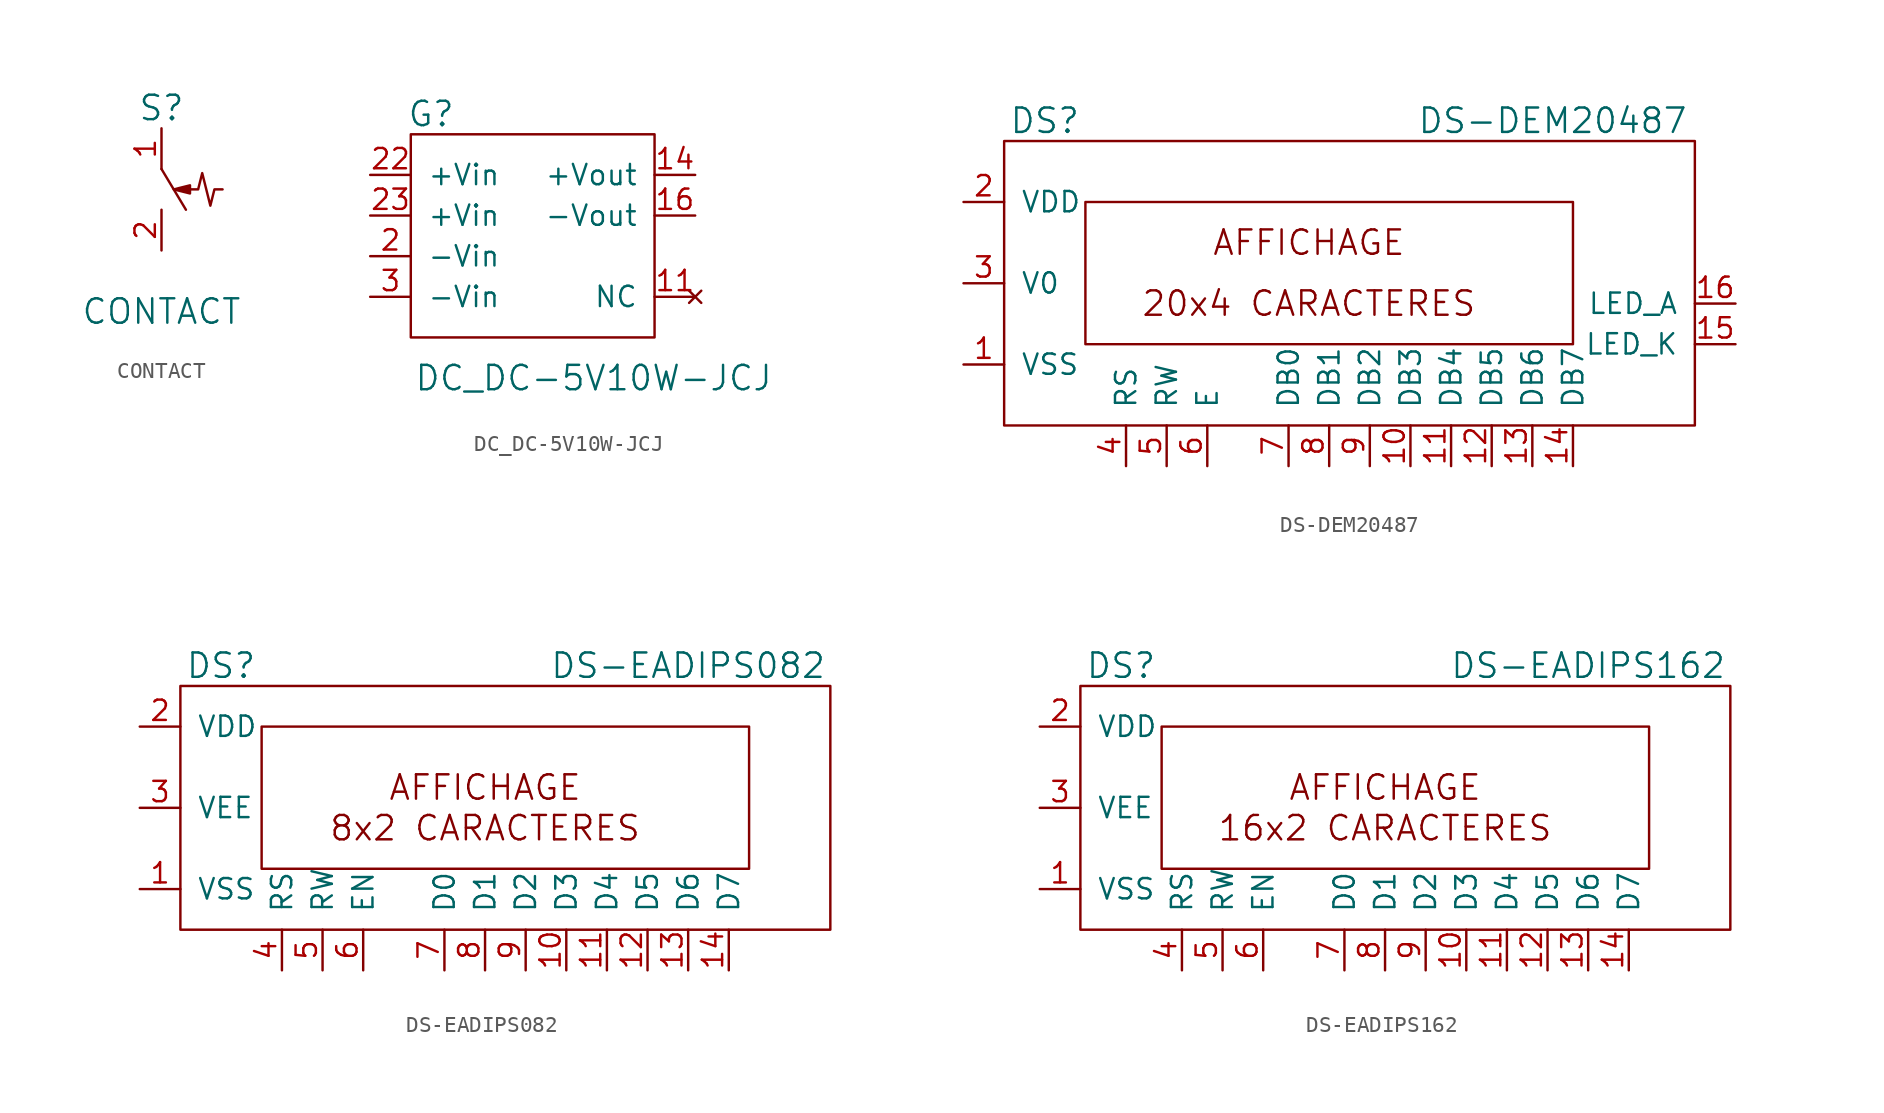
<source format=kicad_sym>
(kicad_symbol_lib
  (version 20211014)
  (generator kicad_symbol_editor)
  (symbol "CONTACT"
    (pin_names
      (offset 0) hide)
    (property "Reference" "S"
      (at 0 5.08 0)
      (effects (font (size 1.524 1.524))))
    (property "Value" "CONTACT"
      (at 0 -7.62 0)
      (effects (font (size 1.524 1.524))))
    (property "Footprint" ""
      (at 0 0 0)
      (effects (font (size 1.524 1.524))))
    (property "Datasheet" ""
      (at 0 0 0)
      (effects (font (size 1.524 1.524))))
    (symbol "CONTACT_0_1"
      (polyline (pts (xy 0 1.27) (xy 1.524 -1.27)) (stroke (width 0) (type default) (color 0 0 0 0)) (fill (type none)))
      (polyline (pts (xy 0.762 0) (xy 1.778 0.254) (xy 1.778 -0.254) (xy 0.762 0)) (stroke (width 0) (type default) (color 0 0 0 0)) (fill (type outline)))
      (polyline (pts (xy 1.778 0) (xy 2.286 0) (xy 2.54 1.016) (xy 3.048 -1.016) (xy 3.302 0) (xy 3.81 0)) (stroke (width 0) (type default) (color 0 0 0 0)) (fill (type none))))
    (symbol "CONTACT_1_1"
      (pin input line (at 0 3.81 270) (length 2.54) (name "1" (effects (font (size 1.27 1.27)))) (number "1" (effects (font (size 1.27 1.27)))))
      (pin input line (at 0 -3.81 90) (length 2.54) (name "2" (effects (font (size 1.27 1.27)))) (number "2" (effects (font (size 1.27 1.27)))))))
  (symbol "DC_DC-5V10W-JCJ"
    (pin_names
      (offset 1.016))
    (property "Reference" "G"
      (at -6.35 7.62 0)
      (effects (font (size 1.524 1.524))))
    (property "Value" "DC_DC-5V10W-JCJ"
      (at 3.81 -8.89 0)
      (effects (font (size 1.524 1.524))))
    (property "Footprint" ""
      (at 0 0 0)
      (effects (font (size 1.524 1.524))))
    (property "Datasheet" ""
      (at 0 0 0)
      (effects (font (size 1.524 1.524))))
    (symbol "DC_DC-5V10W-JCJ_0_1"
      (rectangle (start -7.62 6.35) (end 7.62 -6.35) (stroke (width 0) (type default) (color 0 0 0 0)) (fill (type none))))
    (symbol "DC_DC-5V10W-JCJ_1_1"
      (pin no_connect line (at 10.16 -3.81 180) (length 2.54) (name "NC" (effects (font (size 1.27 1.27)))) (number "11" (effects (font (size 1.27 1.27)))))
      (pin power_out line (at 10.16 3.81 180) (length 2.54) (name "+Vout" (effects (font (size 1.27 1.27)))) (number "14" (effects (font (size 1.27 1.27)))))
      (pin power_out line (at 10.16 1.27 180) (length 2.54) (name "-Vout" (effects (font (size 1.27 1.27)))) (number "16" (effects (font (size 1.27 1.27)))))
      (pin power_in line (at -10.16 -1.27 0) (length 2.54) (name "-Vin" (effects (font (size 1.27 1.27)))) (number "2" (effects (font (size 1.27 1.27)))))
      (pin power_in line (at -10.16 3.81 0) (length 2.54) (name "+Vin" (effects (font (size 1.27 1.27)))) (number "22" (effects (font (size 1.27 1.27)))))
      (pin power_in line (at -10.16 1.27 0) (length 2.54) (name "+Vin" (effects (font (size 1.27 1.27)))) (number "23" (effects (font (size 1.27 1.27)))))
      (pin power_in line (at -10.16 -3.81 0) (length 2.54) (name "-Vin" (effects (font (size 1.27 1.27)))) (number "3" (effects (font (size 1.27 1.27)))))
      (pin no_connect line (at 7.62 -1.27 180) (length 0) hide (name "NoPin" (effects (font (size 1.27 1.27)))) (number "9" (effects (font (size 1.27 1.27)))))))
  (symbol "DS-DEM20487"
    (pin_names
      (offset 1.016))
    (property "Reference" "DS"
      (at -19.05 10.16 0)
      (effects (font (size 1.524 1.524))))
    (property "Value" "DS-DEM20487"
      (at 12.7 10.16 0)
      (effects (font (size 1.524 1.524))))
    (property "Footprint" ""
      (at 0 0 0)
      (effects (font (size 1.524 1.524))))
    (property "Datasheet" ""
      (at 0 0 0)
      (effects (font (size 1.524 1.524))))
    (symbol "DS-DEM20487_0_0"
      (text "20x4 CARACTERES" (at -2.54 -1.27 0) (effects (font (size 1.524 1.524))))
      (text "AFFICHAGE" (at -2.54 2.54 0) (effects (font (size 1.524 1.524)))))
    (symbol "DS-DEM20487_0_1"
      (rectangle (start -21.59 8.89) (end 21.59 -8.89) (stroke (width 0) (type default) (color 0 0 0 0)) (fill (type none)))
      (rectangle (start -16.51 5.08) (end 13.97 -3.81) (stroke (width 0) (type default) (color 0 0 0 0)) (fill (type none))))
    (symbol "DS-DEM20487_1_1"
      (pin passive line (at -24.13 -5.08 0) (length 2.54) (name "VSS" (effects (font (size 1.27 1.27)))) (number "1" (effects (font (size 1.27 1.27)))))
      (pin bidirectional line (at 3.81 -11.43 90) (length 2.54) (name "DB3" (effects (font (size 1.27 1.27)))) (number "10" (effects (font (size 1.27 1.27)))))
      (pin bidirectional line (at 6.35 -11.43 90) (length 2.54) (name "DB4" (effects (font (size 1.27 1.27)))) (number "11" (effects (font (size 1.27 1.27)))))
      (pin bidirectional line (at 8.89 -11.43 90) (length 2.54) (name "DB5" (effects (font (size 1.27 1.27)))) (number "12" (effects (font (size 1.27 1.27)))))
      (pin bidirectional line (at 11.43 -11.43 90) (length 2.54) (name "DB6" (effects (font (size 1.27 1.27)))) (number "13" (effects (font (size 1.27 1.27)))))
      (pin bidirectional line (at 13.97 -11.43 90) (length 2.54) (name "DB7" (effects (font (size 1.27 1.27)))) (number "14" (effects (font (size 1.27 1.27)))))
      (pin passive line (at 24.13 -3.81 180) (length 2.54) (name "LED_K" (effects (font (size 1.27 1.27)))) (number "15" (effects (font (size 1.27 1.27)))))
      (pin passive line (at 24.13 -1.27 180) (length 2.54) (name "LED_A" (effects (font (size 1.27 1.27)))) (number "16" (effects (font (size 1.27 1.27)))))
      (pin power_in line (at -24.13 5.08 0) (length 2.54) (name "VDD" (effects (font (size 1.27 1.27)))) (number "2" (effects (font (size 1.27 1.27)))))
      (pin passive line (at -24.13 0 0) (length 2.54) (name "V0" (effects (font (size 1.27 1.27)))) (number "3" (effects (font (size 1.27 1.27)))))
      (pin input line (at -13.97 -11.43 90) (length 2.54) (name "RS" (effects (font (size 1.27 1.27)))) (number "4" (effects (font (size 1.27 1.27)))))
      (pin input line (at -11.43 -11.43 90) (length 2.54) (name "RW" (effects (font (size 1.27 1.27)))) (number "5" (effects (font (size 1.27 1.27)))))
      (pin input line (at -8.89 -11.43 90) (length 2.54) (name "E" (effects (font (size 1.27 1.27)))) (number "6" (effects (font (size 1.27 1.27)))))
      (pin bidirectional line (at -3.81 -11.43 90) (length 2.54) (name "DB0" (effects (font (size 1.27 1.27)))) (number "7" (effects (font (size 1.27 1.27)))))
      (pin bidirectional line (at -1.27 -11.43 90) (length 2.54) (name "DB1" (effects (font (size 1.27 1.27)))) (number "8" (effects (font (size 1.27 1.27)))))
      (pin bidirectional line (at 1.27 -11.43 90) (length 2.54) (name "DB2" (effects (font (size 1.27 1.27)))) (number "9" (effects (font (size 1.27 1.27)))))))
  (symbol "DS-EADIPS082"
    (pin_names
      (offset 1.016))
    (property "Reference" "DS"
      (at -17.78 10.16 0)
      (effects (font (size 1.524 1.524))))
    (property "Value" "DS-EADIPS082"
      (at 11.43 10.16 0)
      (effects (font (size 1.524 1.524))))
    (property "Footprint" ""
      (at 0 0 0)
      (effects (font (size 1.524 1.524))))
    (property "Datasheet" ""
      (at 0 0 0)
      (effects (font (size 1.524 1.524))))
    (symbol "DS-EADIPS082_0_0"
      (text "8x2 CARACTERES" (at -1.27 0 0) (effects (font (size 1.524 1.524))))
      (text "AFFICHAGE" (at -1.27 2.54 0) (effects (font (size 1.524 1.524)))))
    (symbol "DS-EADIPS082_0_1"
      (rectangle (start -20.32 8.89) (end 20.32 -6.35) (stroke (width 0) (type default) (color 0 0 0 0)) (fill (type none)))
      (rectangle (start -15.24 6.35) (end 15.24 -2.54) (stroke (width 0) (type default) (color 0 0 0 0)) (fill (type none))))
    (symbol "DS-EADIPS082_1_1"
      (pin power_in line (at -22.86 -3.81 0) (length 2.54) (name "VSS" (effects (font (size 1.27 1.27)))) (number "1" (effects (font (size 1.27 1.27)))))
      (pin bidirectional line (at 3.81 -8.89 90) (length 2.54) (name "D3" (effects (font (size 1.27 1.27)))) (number "10" (effects (font (size 1.27 1.27)))))
      (pin bidirectional line (at 6.35 -8.89 90) (length 2.54) (name "D4" (effects (font (size 1.27 1.27)))) (number "11" (effects (font (size 1.27 1.27)))))
      (pin bidirectional line (at 8.89 -8.89 90) (length 2.54) (name "D5" (effects (font (size 1.27 1.27)))) (number "12" (effects (font (size 1.27 1.27)))))
      (pin bidirectional line (at 11.43 -8.89 90) (length 2.54) (name "D6" (effects (font (size 1.27 1.27)))) (number "13" (effects (font (size 1.27 1.27)))))
      (pin bidirectional line (at 13.97 -8.89 90) (length 2.54) (name "D7" (effects (font (size 1.27 1.27)))) (number "14" (effects (font (size 1.27 1.27)))))
      (pin power_in line (at -22.86 6.35 0) (length 2.54) (name "VDD" (effects (font (size 1.27 1.27)))) (number "2" (effects (font (size 1.27 1.27)))))
      (pin passive line (at -22.86 1.27 0) (length 2.54) (name "VEE" (effects (font (size 1.27 1.27)))) (number "3" (effects (font (size 1.27 1.27)))))
      (pin input line (at -13.97 -8.89 90) (length 2.54) (name "RS" (effects (font (size 1.27 1.27)))) (number "4" (effects (font (size 1.27 1.27)))))
      (pin input line (at -11.43 -8.89 90) (length 2.54) (name "RW" (effects (font (size 1.27 1.27)))) (number "5" (effects (font (size 1.27 1.27)))))
      (pin input line (at -8.89 -8.89 90) (length 2.54) (name "EN" (effects (font (size 1.27 1.27)))) (number "6" (effects (font (size 1.27 1.27)))))
      (pin bidirectional line (at -3.81 -8.89 90) (length 2.54) (name "D0" (effects (font (size 1.27 1.27)))) (number "7" (effects (font (size 1.27 1.27)))))
      (pin bidirectional line (at -1.27 -8.89 90) (length 2.54) (name "D1" (effects (font (size 1.27 1.27)))) (number "8" (effects (font (size 1.27 1.27)))))
      (pin bidirectional line (at 1.27 -8.89 90) (length 2.54) (name "D2" (effects (font (size 1.27 1.27)))) (number "9" (effects (font (size 1.27 1.27)))))))
  (symbol "DS-EADIPS162"
    (pin_names
      (offset 1.016))
    (property "Reference" "DS"
      (at -17.78 10.16 0)
      (effects (font (size 1.524 1.524))))
    (property "Value" "DS-EADIPS162"
      (at 11.43 10.16 0)
      (effects (font (size 1.524 1.524))))
    (property "Footprint" ""
      (at 0 0 0)
      (effects (font (size 1.524 1.524))))
    (property "Datasheet" ""
      (at 0 0 0)
      (effects (font (size 1.524 1.524))))
    (symbol "DS-EADIPS162_0_0"
      (text "16x2 CARACTERES" (at -1.27 0 0) (effects (font (size 1.524 1.524))))
      (text "AFFICHAGE" (at -1.27 2.54 0) (effects (font (size 1.524 1.524)))))
    (symbol "DS-EADIPS162_0_1"
      (rectangle (start -20.32 8.89) (end 20.32 -6.35) (stroke (width 0) (type default) (color 0 0 0 0)) (fill (type none)))
      (rectangle (start -15.24 6.35) (end 15.24 -2.54) (stroke (width 0) (type default) (color 0 0 0 0)) (fill (type none))))
    (symbol "DS-EADIPS162_1_1"
      (pin power_in line (at -22.86 -3.81 0) (length 2.54) (name "VSS" (effects (font (size 1.27 1.27)))) (number "1" (effects (font (size 1.27 1.27)))))
      (pin bidirectional line (at 3.81 -8.89 90) (length 2.54) (name "D3" (effects (font (size 1.27 1.27)))) (number "10" (effects (font (size 1.27 1.27)))))
      (pin bidirectional line (at 6.35 -8.89 90) (length 2.54) (name "D4" (effects (font (size 1.27 1.27)))) (number "11" (effects (font (size 1.27 1.27)))))
      (pin bidirectional line (at 8.89 -8.89 90) (length 2.54) (name "D5" (effects (font (size 1.27 1.27)))) (number "12" (effects (font (size 1.27 1.27)))))
      (pin bidirectional line (at 11.43 -8.89 90) (length 2.54) (name "D6" (effects (font (size 1.27 1.27)))) (number "13" (effects (font (size 1.27 1.27)))))
      (pin bidirectional line (at 13.97 -8.89 90) (length 2.54) (name "D7" (effects (font (size 1.27 1.27)))) (number "14" (effects (font (size 1.27 1.27)))))
      (pin power_in line (at -22.86 6.35 0) (length 2.54) (name "VDD" (effects (font (size 1.27 1.27)))) (number "2" (effects (font (size 1.27 1.27)))))
      (pin passive line (at -22.86 1.27 0) (length 2.54) (name "VEE" (effects (font (size 1.27 1.27)))) (number "3" (effects (font (size 1.27 1.27)))))
      (pin input line (at -13.97 -8.89 90) (length 2.54) (name "RS" (effects (font (size 1.27 1.27)))) (number "4" (effects (font (size 1.27 1.27)))))
      (pin input line (at -11.43 -8.89 90) (length 2.54) (name "RW" (effects (font (size 1.27 1.27)))) (number "5" (effects (font (size 1.27 1.27)))))
      (pin input line (at -8.89 -8.89 90) (length 2.54) (name "EN" (effects (font (size 1.27 1.27)))) (number "6" (effects (font (size 1.27 1.27)))))
      (pin bidirectional line (at -3.81 -8.89 90) (length 2.54) (name "D0" (effects (font (size 1.27 1.27)))) (number "7" (effects (font (size 1.27 1.27)))))
      (pin bidirectional line (at -1.27 -8.89 90) (length 2.54) (name "D1" (effects (font (size 1.27 1.27)))) (number "8" (effects (font (size 1.27 1.27)))))
      (pin bidirectional line (at 1.27 -8.89 90) (length 2.54) (name "D2" (effects (font (size 1.27 1.27)))) (number "9" (effects (font (size 1.27 1.27))))))))
</source>
